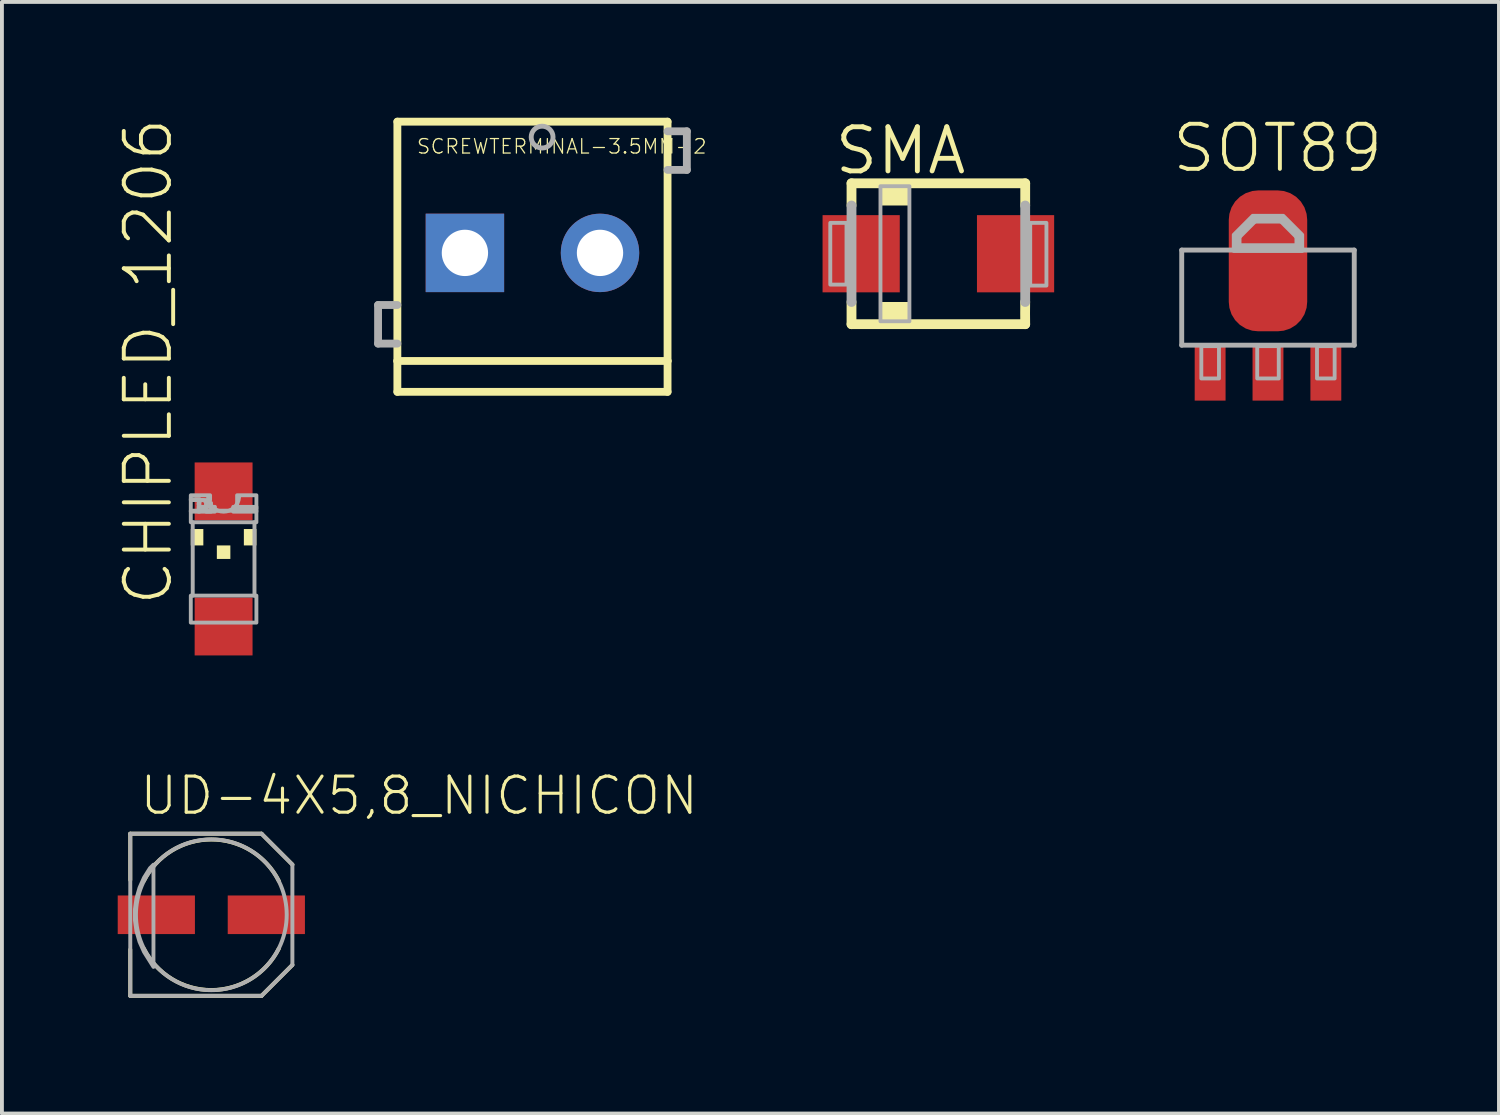
<source format=kicad_pcb>
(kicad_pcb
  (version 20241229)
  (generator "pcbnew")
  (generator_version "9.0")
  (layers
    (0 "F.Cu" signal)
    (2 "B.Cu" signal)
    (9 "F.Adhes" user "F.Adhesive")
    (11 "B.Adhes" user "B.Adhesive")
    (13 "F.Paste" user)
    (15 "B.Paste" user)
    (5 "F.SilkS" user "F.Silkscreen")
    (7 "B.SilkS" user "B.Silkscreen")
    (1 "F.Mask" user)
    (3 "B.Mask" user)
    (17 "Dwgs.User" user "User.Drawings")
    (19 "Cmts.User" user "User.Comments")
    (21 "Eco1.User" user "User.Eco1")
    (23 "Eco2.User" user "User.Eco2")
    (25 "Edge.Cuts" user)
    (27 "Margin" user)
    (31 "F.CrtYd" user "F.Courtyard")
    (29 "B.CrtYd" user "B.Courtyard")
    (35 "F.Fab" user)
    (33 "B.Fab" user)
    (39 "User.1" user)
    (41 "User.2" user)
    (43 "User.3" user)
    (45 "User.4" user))
  (footprint "SMA"
    (layer "F.Cu")
    (at 21.261 3.524)
    (property "Reference" "SMA" (at -2.75 -2 0) (layer "F.SilkS") (effects (font (size 1.143 1.143) (thickness 0.127)) (justify left bottom)))
    (fp_line (start -2.25 -1.825) (end -2.25 -1.25) (stroke (width 0.254) (type solid)) (layer "F.SilkS"))
    (fp_line (start -2.25 -1.825) (end 2.25 -1.825) (stroke (width 0.254) (type solid)) (layer "F.SilkS"))
    (fp_line (start -2.25 1.825) (end -2.25 1.25) (stroke (width 0.254) (type solid)) (layer "F.SilkS"))
    (fp_line (start 2.25 -1.825) (end 2.25 -1.25) (stroke (width 0.254) (type solid)) (layer "F.SilkS"))
    (fp_line (start 2.25 1.825) (end -2.25 1.825) (stroke (width 0.254) (type solid)) (layer "F.SilkS"))
    (fp_arc (start 2.25 1.825) (mid 2.247611 1.5375) (end 2.25 1.25) (stroke (width 0.254) (type solid)) (layer "F.SilkS"))
    (fp_poly (pts (xy -1.5 -1.25) (xy -0.75 -1.25) (xy -0.75 -1.75) (xy -1.5 -1.75)) (stroke (width 0) (type default)) (fill yes) (layer "F.SilkS"))
    (fp_poly (pts (xy -1.5 1.75) (xy -0.75 1.75) (xy -0.75 1.25) (xy -1.5 1.25)) (stroke (width 0) (type default)) (fill yes) (layer "F.SilkS"))
    (fp_line (start -2.25 1.25) (end -2.25 -1.25) (stroke (width 0.254) (type solid)) (layer "F.Fab"))
    (fp_line (start 2.25 -1.25) (end 2.25 1.25) (stroke (width 0.254) (type solid)) (layer "F.Fab"))
    (fp_poly (pts (xy -2.8 0.8) (xy -2.38 0.8) (xy -2.38 -0.8) (xy -2.8 -0.8)) (stroke (width 0.1) (type default)) (fill no) (layer "F.Fab"))
    (fp_poly (pts (xy -1.5 1.75) (xy -0.75 1.75) (xy -0.75 -1.75) (xy -1.5 -1.75)) (stroke (width 0.1) (type default)) (fill no) (layer "F.Fab"))
    (fp_poly (pts (xy 2.38 0.825) (xy 2.8 0.825) (xy 2.8 -0.8) (xy 2.38 -0.8)) (stroke (width 0.1) (type default)) (fill no) (layer "F.Fab"))
    (pad "A" smd rect (at 2 0) (size 2 2) (layers "F.Cu" "F.Mask" "F.Paste"))
    (pad "C" smd rect (at -2 0) (size 2 2) (layers "F.Cu" "F.Mask" "F.Paste")))
  (footprint "CHIPLED_1206"
    (layer "F.Cu")
    (at 2.743 11.431)
    (property "Reference" "CHIPLED_1206" (at -1.27 1.27 90) (layer "F.SilkS") (effects (font (size 1.168 1.168) (thickness 0.102)) (justify left bottom)))
    (fp_poly (pts (xy -0.85 -0.35) (xy -0.525 -0.35) (xy -0.525 -0.775) (xy -0.85 -0.775)) (stroke (width 0) (type default)) (fill yes) (layer "F.SilkS"))
    (fp_poly (pts (xy -0.175 0) (xy 0.175 0) (xy 0.175 -0.35) (xy -0.175 -0.35)) (stroke (width 0) (type default)) (fill yes) (layer "F.SilkS"))
    (fp_poly (pts (xy 0.525 -0.35) (xy 0.85 -0.35) (xy 0.85 -0.775) (xy 0.525 -0.775)) (stroke (width 0) (type default)) (fill yes) (layer "F.SilkS"))
    (fp_line (start -0.8 0.95) (end -0.8 -0.95) (stroke (width 0.102) (type solid)) (layer "F.Fab"))
    (fp_line (start 0.8 -0.95) (end 0.8 0.95) (stroke (width 0.102) (type solid)) (layer "F.Fab"))
    (fp_arc (start 0.4 -1.599998) (mid -0.000001 -1.224968) (end -0.4 -1.6) (stroke (width 0.1016) (type solid)) (layer "F.Fab"))
    (fp_circle (center -0.55 -1.425) (end -0.45 -1.425) (stroke (width 0.102) (type solid)) (fill no) (layer "F.Fab"))
    (fp_poly (pts (xy -0.85 -1.525) (xy -0.35 -1.525) (xy -0.35 -1.65) (xy -0.85 -1.65)) (stroke (width 0.1) (type default)) (fill no) (layer "F.Fab"))
    (fp_poly (pts (xy -0.85 -1.225) (xy -0.625 -1.225) (xy -0.625 -1.55) (xy -0.85 -1.55)) (stroke (width 0.1) (type default)) (fill no) (layer "F.Fab"))
    (fp_poly (pts (xy -0.85 -0.95) (xy 0.85 -0.95) (xy 0.85 -1.25) (xy -0.85 -1.25)) (stroke (width 0.1) (type default)) (fill no) (layer "F.Fab"))
    (fp_poly (pts (xy -0.85 1.65) (xy 0.85 1.65) (xy 0.85 0.95) (xy -0.85 0.95)) (stroke (width 0.1) (type default)) (fill no) (layer "F.Fab"))
    (fp_poly (pts (xy -0.65 -1.225) (xy -0.225 -1.225) (xy -0.225 -1.35) (xy -0.65 -1.35)) (stroke (width 0.1) (type default)) (fill no) (layer "F.Fab"))
    (fp_poly (pts (xy -0.45 -1.225) (xy -0.325 -1.225) (xy -0.325 -1.45) (xy -0.45 -1.45)) (stroke (width 0.1) (type default)) (fill no) (layer "F.Fab"))
    (fp_poly (pts (xy 0.25 -1.225) (xy 0.85 -1.225) (xy 0.85 -1.35) (xy 0.25 -1.35)) (stroke (width 0.1) (type default)) (fill no) (layer "F.Fab"))
    (fp_poly (pts (xy 0.35 -1.3) (xy 0.85 -1.3) (xy 0.85 -1.65) (xy 0.35 -1.65)) (stroke (width 0.1) (type default)) (fill no) (layer "F.Fab"))
    (pad "A" smd rect (at 0 1.75) (size 1.5 1.5) (layers "F.Cu" "F.Mask" "F.Paste"))
    (pad "C" smd rect (at 0 -1.75) (size 1.5 1.5) (layers "F.Cu" "F.Mask" "F.Paste")))
  (footprint "SCREWTERMINAL-3.5MM-2"
    (layer "F.Cu")
    (at 8.995 3.502)
    (property "Reference" "SCREWTERMINAL-3.5MM-2" (at -1.27 -2.54 0) (layer "F.SilkS") (effects (font (size 0.374 0.374) (thickness 0.033)) (justify left bottom)))
    (fp_line (start -1.75 -3.4) (end 5.25 -3.4) (stroke (width 0.203) (type solid)) (layer "F.SilkS"))
    (fp_line (start -1.75 2.8) (end -1.75 -3.4) (stroke (width 0.203) (type solid)) (layer "F.SilkS"))
    (fp_line (start -1.75 3.6) (end -1.75 2.8) (stroke (width 0.203) (type solid)) (layer "F.SilkS"))
    (fp_line (start 5.25 -3.4) (end 5.25 2.8) (stroke (width 0.203) (type solid)) (layer "F.SilkS"))
    (fp_line (start 5.25 2.8) (end -1.75 2.8) (stroke (width 0.203) (type solid)) (layer "F.SilkS"))
    (fp_line (start 5.25 2.8) (end 5.25 3.6) (stroke (width 0.203) (type solid)) (layer "F.SilkS"))
    (fp_line (start 5.25 3.6) (end -1.75 3.6) (stroke (width 0.203) (type solid)) (layer "F.SilkS"))
    (fp_line (start -2.25 1.35) (end -2.25 2.35) (stroke (width 0.203) (type solid)) (layer "F.Fab"))
    (fp_line (start -2.25 2.35) (end -1.75 2.35) (stroke (width 0.203) (type solid)) (layer "F.Fab"))
    (fp_line (start -1.75 1.35) (end -2.25 1.35) (stroke (width 0.203) (type solid)) (layer "F.Fab"))
    (fp_line (start 5.25 -3.15) (end 5.75 -3.15) (stroke (width 0.203) (type solid)) (layer "F.Fab"))
    (fp_line (start 5.75 -3.15) (end 5.75 -2.15) (stroke (width 0.203) (type solid)) (layer "F.Fab"))
    (fp_line (start 5.75 -2.15) (end 5.25 -2.15) (stroke (width 0.203) (type solid)) (layer "F.Fab"))
    (fp_circle (center 2 -3) (end 2.283 -3) (stroke (width 0.127) (type solid)) (fill no) (layer "F.Fab"))
    (pad "1" thru_hole rect (at 0 0) (size 2.032 2.032) (drill 1.2) (layers "*.Cu" "*.Mask"))
    (pad "2" thru_hole circle (at 3.5 0) (size 2.032 2.032) (drill 1.2) (layers "*.Cu" "*.Mask")))
  (footprint "SOT89"
    (layer "F.Cu")
    (at 29.801 4.648)
    (property "Reference" "SOT89" (at -2.54 -3.175 0) (layer "F.SilkS") (effects (font (size 1.168 1.168) (thickness 0.102)) (justify left bottom)))
    (fp_poly (pts (xy -0.5 2.78) (xy 0.5 2.78) (xy 0.5 1.18) (xy -0.5 1.18)) (stroke (width 0) (type default)) (fill yes) (layer "F.Mask"))
    (fp_poly (pts (xy -0.4 2.68) (xy 0.4 2.68) (xy 0.4 1.28) (xy -0.4 1.28)) (stroke (width 0) (type default)) (fill yes) (layer "F.Paste"))
    (fp_line (start -2.235 -1.219) (end 2.235 -1.219) (stroke (width 0.127) (type solid)) (layer "F.Fab"))
    (fp_line (start -2.235 1.245) (end -2.235 -1.219) (stroke (width 0.127) (type solid)) (layer "F.Fab"))
    (fp_line (start -0.787 -1.575) (end -0.356 -2.007) (stroke (width 0.2) (type solid)) (layer "F.Fab"))
    (fp_line (start -0.787 -1.295) (end -0.787 -1.575) (stroke (width 0.2) (type solid)) (layer "F.Fab"))
    (fp_line (start -0.356 -2.007) (end 0.356 -2.007) (stroke (width 0.2) (type solid)) (layer "F.Fab"))
    (fp_line (start 0.356 -2.007) (end 0.787 -1.575) (stroke (width 0.2) (type solid)) (layer "F.Fab"))
    (fp_line (start 0.787 -1.575) (end 0.787 -1.295) (stroke (width 0.2) (type solid)) (layer "F.Fab"))
    (fp_line (start 0.787 -1.295) (end -0.787 -1.295) (stroke (width 0.2) (type solid)) (layer "F.Fab"))
    (fp_line (start 2.235 -1.219) (end 2.235 1.245) (stroke (width 0.127) (type solid)) (layer "F.Fab"))
    (fp_line (start 2.235 1.245) (end -2.235 1.245) (stroke (width 0.127) (type solid)) (layer "F.Fab"))
    (fp_poly (pts (xy -1.727 2.108) (xy -1.27 2.108) (xy -1.27 1.27) (xy -1.727 1.27)) (stroke (width 0.1) (type default)) (fill no) (layer "F.Fab"))
    (fp_poly (pts (xy -0.279 2.108) (xy 0.279 2.108) (xy 0.279 1.27) (xy -0.279 1.27)) (stroke (width 0.1) (type default)) (fill no) (layer "F.Fab"))
    (fp_poly (pts (xy 1.27 2.108) (xy 1.727 2.108) (xy 1.727 1.27) (xy 1.27 1.27)) (stroke (width 0.1) (type default)) (fill no) (layer "F.Fab"))
    (fp_poly (pts (xy 0.887 -1.616) (xy 0.887 -1.196) (xy -0.887 -1.196) (xy -0.887 -1.616) (xy -0.397 -2.107) (xy 0.397 -2.107)) (stroke (width 0.1) (type default)) (fill no) (layer "F.Fab"))
    (pad "1" smd rect (at -1.499 1.981) (size 0.8 1.4) (layers "F.Cu" "F.Mask" "F.Paste"))
    (pad "2" smd rect (at 0 1.981) (size 0.8 1.4) (layers "F.Cu"))
    (pad "2@1" smd roundrect (at 0 -0.94) (size 2.032 3.65) (layers "F.Cu" "F.Mask" "F.Paste") (roundrect_rratio 0.375))
    (pad "3" smd rect (at 1.499 1.981) (size 0.8 1.4) (layers "F.Cu" "F.Mask" "F.Paste")))
  (footprint "UD-4X5,8_NICHICON"
    (layer "F.Cu")
    (at 2.425 20.65)
    (property "Reference" "UD-4X5,8_NICHICON" (at -1.905 -2.54 0) (layer "F.SilkS") (effects (font (size 0.935 0.935) (thickness 0.081)) (justify left bottom)))
    (fp_line (start -2.1 -2.1) (end 1.3 -2.1) (stroke (width 0.102) (type solid)) (layer "F.SilkS"))
    (fp_line (start -2.1 -0.9) (end -2.1 -2.1) (stroke (width 0.102) (type solid)) (layer "F.SilkS"))
    (fp_line (start -2.1 2.1) (end -2.1 0.9) (stroke (width 0.102) (type solid)) (layer "F.SilkS"))
    (fp_line (start 1.3 -2.1) (end 2.1 -1.3) (stroke (width 0.102) (type solid)) (layer "F.SilkS"))
    (fp_line (start 1.3 2.1) (end -2.1 2.1) (stroke (width 0.102) (type solid)) (layer "F.SilkS"))
    (fp_line (start 2.1 1.3) (end 1.3 2.1) (stroke (width 0.102) (type solid)) (layer "F.SilkS"))
    (fp_arc (start -1.75 -0.875) (mid -0.000001 -1.950175) (end 1.749999 -0.875002) (stroke (width 0.1016) (type solid)) (layer "F.SilkS"))
    (fp_arc (start 1.75 0.875) (mid 0.000001 1.950175) (end -1.749999 0.875002) (stroke (width 0.1016) (type solid)) (layer "F.SilkS"))
    (fp_line (start -2.1 -2.1) (end 1.3 -2.1) (stroke (width 0.102) (type solid)) (layer "F.Fab"))
    (fp_line (start -2.1 2.1) (end -2.1 -2.1) (stroke (width 0.102) (type solid)) (layer "F.Fab"))
    (fp_line (start 1.3 -2.1) (end 2.1 -1.3) (stroke (width 0.102) (type solid)) (layer "F.Fab"))
    (fp_line (start 1.3 2.1) (end -2.1 2.1) (stroke (width 0.102) (type solid)) (layer "F.Fab"))
    (fp_line (start 2.1 -1.3) (end 2.1 1.3) (stroke (width 0.102) (type solid)) (layer "F.Fab"))
    (fp_line (start 2.1 1.3) (end 1.3 2.1) (stroke (width 0.102) (type solid)) (layer "F.Fab"))
    (fp_circle (center 0 0) (end 1.953 0) (stroke (width 0.102) (type solid)) (fill no) (layer "F.Fab"))
    (fp_poly (pts (xy -1.499 1.351) (xy -1.743 0.963) (xy -1.86 0.701) (xy -1.939 0.426) (xy -1.979 0.143) (xy -1.979 -0.143) (xy -1.939 -0.426) (xy -1.86 -0.701) (xy -1.743 -0.963) (xy -1.59 -1.207) (xy -1.499 -1.298)) (stroke (width 0.1) (type default)) (fill no) (layer "F.Fab"))
    (pad "+" smd rect (at 1.425 0) (size 2 1) (layers "F.Cu" "F.Mask" "F.Paste"))
    (pad "-" smd rect (at -1.425 0) (size 2 1) (layers "F.Cu" "F.Mask" "F.Paste")))
  (gr_rect
    (start -3 -3)
    (end 35.785 25.8)
    (stroke (width 0.1) (type default))
    (fill no)
    (layer "Edge.Cuts")))
</source>
